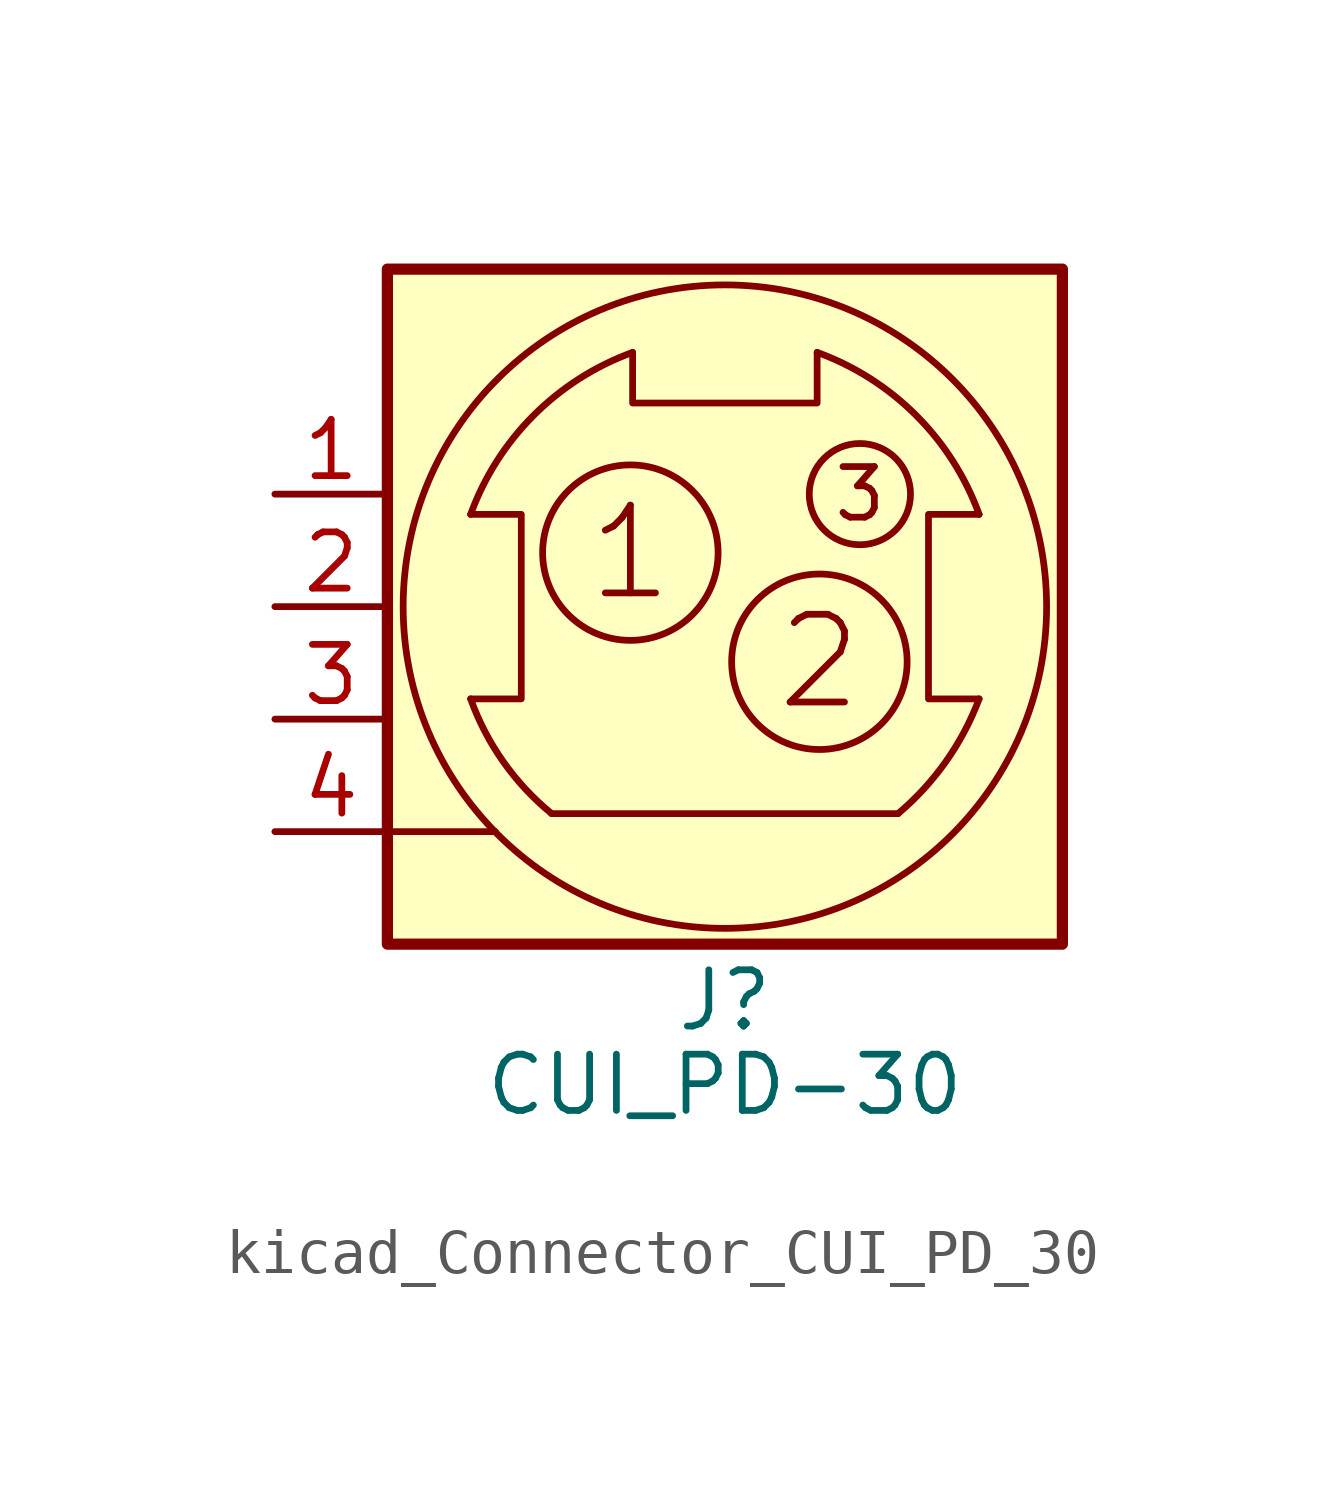
<source format=kicad_sym>
(kicad_symbol_lib
  (version 20220914)
  (generator kicad_symbol_editor)
  (symbol "kicad_Connector_CUI_PD_30"
    (pin_names
      (offset 1.016) hide)
    (property "Reference" "J"
      (at 0 -8.89 0)
      (effects (font (size 1.27 1.27))))
    (property "Value" "CUI_PD-30"
      (at 0 -10.795 0)
      (effects (font (size 1.27 1.27))))
    (symbol "kicad_Connector_CUI_PD_30_0_1"
      (rectangle (start -7.62 -7.62) (end 7.62 7.62) (stroke (width 0.254) (type default)) (fill (type background)))
      (arc (start -5.7404 -2.0828) (mid -5.0018 -3.5032) (end -3.9116 -4.6736) (stroke (width 0) (type default)) (fill (type none)))
      (circle (center -2.134 1.219) (radius 1.981) (stroke (width 0) (type default)) (fill (type none)))
      (arc (start -2.0828 5.7404) (mid -4.318 4.318) (end -5.7404 2.0828) (stroke (width 0) (type default)) (fill (type none)))
      (polyline (pts (xy -7.62 -5.08) (xy -5.182 -5.08)) (stroke (width 0) (type default)) (fill (type none)))
      (polyline (pts (xy -3.912 -4.674) (xy 3.912 -4.674)) (stroke (width 0) (type default)) (fill (type none)))
      (polyline (pts (xy -5.74 2.083) (xy -4.597 2.083) (xy -4.597 -2.083) (xy -5.74 -2.083)) (stroke (width 0) (type default)) (fill (type none)))
      (polyline (pts (xy 2.083 5.74) (xy 2.083 4.597) (xy -2.083 4.597) (xy -2.083 5.74)) (stroke (width 0) (type default)) (fill (type none)))
      (polyline (pts (xy 5.74 -2.083) (xy 4.597 -2.083) (xy 4.597 2.083) (xy 5.74 2.083)) (stroke (width 0) (type default)) (fill (type none)))
      (circle (center 0 0) (radius 7.264) (stroke (width 0) (type default)) (fill (type none)))
      (circle (center 2.134 -1.245) (radius 1.981) (stroke (width 0) (type default)) (fill (type none)))
      (circle (center 3.048 2.54) (radius 1.143) (stroke (width 0) (type default)) (fill (type none)))
      (arc (start 3.9116 -4.6736) (mid 4.9919 -3.4963) (end 5.7404 -2.0828) (stroke (width 0) (type default)) (fill (type none)))
      (arc (start 5.7404 2.0828) (mid 4.318 4.318) (end 2.0828 5.7404) (stroke (width 0) (type default)) (fill (type none)))
      (text "1" (at -2.134 1.219 0) (effects (font (size 1.981 1.981))))
      (text "2" (at 2.134 -1.245 0) (effects (font (size 1.981 1.981))))
      (text "3" (at 3.048 2.54 0) (effects (font (size 1.143 1.143)))))
    (symbol "kicad_Connector_CUI_PD_30_1_1"
      (pin passive line (at -10.16 2.54 0) (length 2.54) (name "1" (effects (font (size 1.27 1.27)))) (number "1" (effects (font (size 1.27 1.27)))))
      (pin passive line (at -10.16 0 0) (length 2.54) (name "2" (effects (font (size 1.27 1.27)))) (number "2" (effects (font (size 1.27 1.27)))))
      (pin passive line (at -10.16 -2.54 0) (length 2.54) (name "3" (effects (font (size 1.27 1.27)))) (number "3" (effects (font (size 1.27 1.27)))))
      (pin passive line (at -10.16 -5.08 0) (length 2.54) (name "Shield" (effects (font (size 1.27 1.27)))) (number "4" (effects (font (size 1.27 1.27))))))))
</source>
